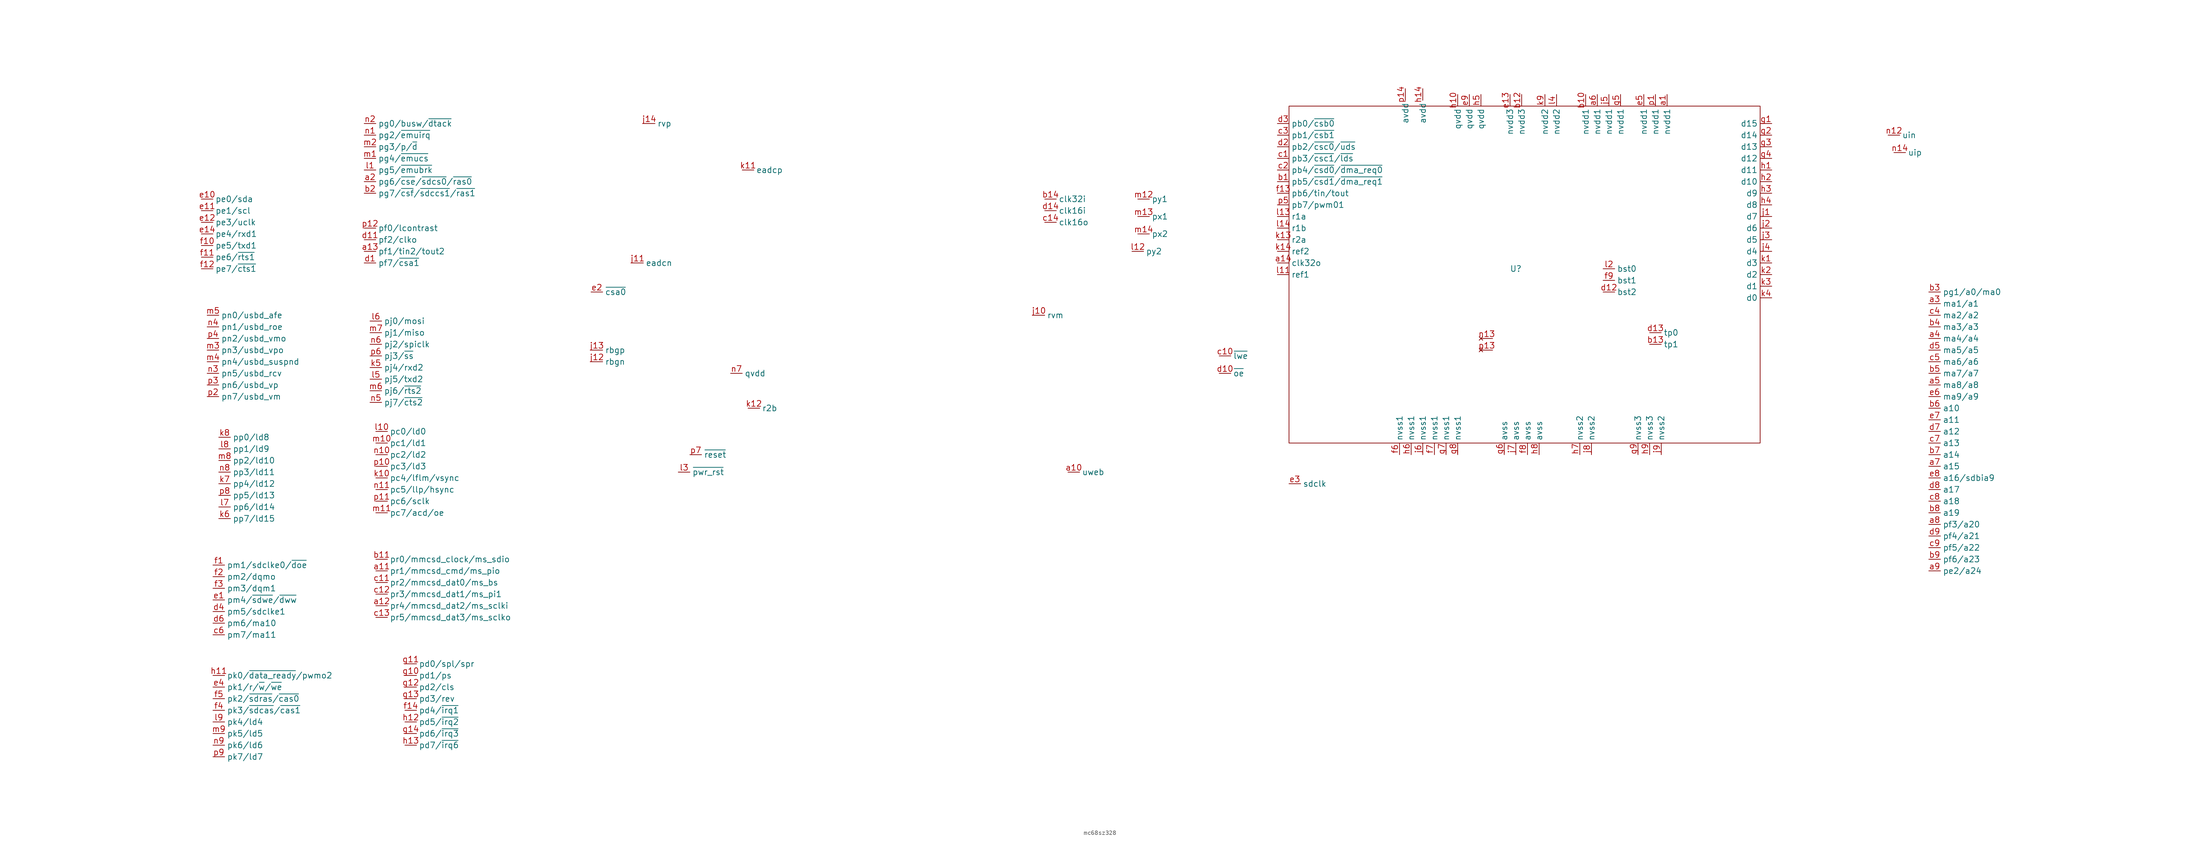
<source format=kicad_sym>
(kicad_symbol_lib
  (version 20220914)
  (generator kicad_symbol_editor)
  (symbol "mc68sz328"
    (property "Reference" "U"
      (at 0 0 0)
      (effects (font (size 1.27 1.27))))
    (property "Value" ""
      (at 25.4 33.02 90)
      (effects (font (size 1.27 1.27))))
    (symbol "mc68sz328_0_1"
      (rectangle (start -49.53 35.56) (end 53.34 -38.1) (stroke (width 0) (type default)) (fill (type none))))
    (symbol "mc68sz328_1_0"
      (pin bidirectional line (at -97.79 -44.45 0) (length 2.54) (name "uweb" (effects (font (size 1.27 1.27)))) (number "a10" (effects (font (size 1.27 1.27)))))
      (pin bidirectional line (at -248.92 -66.04 0) (length 2.54) (name "pr1/mmcsd_cmd/ms_pio" (effects (font (size 1.27 1.27)))) (number "a11" (effects (font (size 1.27 1.27)))))
      (pin bidirectional line (at -248.92 -73.66 0) (length 2.54) (name "pr4/mmcsd_dat2/ms_sclki" (effects (font (size 1.27 1.27)))) (number "a12" (effects (font (size 1.27 1.27)))))
      (pin bidirectional line (at -251.46 3.81 0) (length 2.54) (name "pf1/tin2/tout2" (effects (font (size 1.27 1.27)))) (number "a13" (effects (font (size 1.27 1.27)))))
      (pin bidirectional line (at -52.07 1.27 0) (length 2.54) (name "clk32o" (effects (font (size 1.27 1.27)))) (number "a14" (effects (font (size 1.27 1.27)))))
      (pin bidirectional line (at -248.92 -63.5 0) (length 2.54) (name "pr0/mmcsd_clock/ms_sdio" (effects (font (size 1.27 1.27)))) (number "b11" (effects (font (size 1.27 1.27)))))
      (pin bidirectional line (at -102.87 15.24 0) (length 2.54) (name "clk32i" (effects (font (size 1.27 1.27)))) (number "b14" (effects (font (size 1.27 1.27)))))
      (pin bidirectional line (at -251.46 16.51 0) (length 2.54) (name "pg7/~{csf}/~{sdccs1}/~{ras1}" (effects (font (size 1.27 1.27)))) (number "b2" (effects (font (size 1.27 1.27)))))
      (pin bidirectional line (at -64.77 -19.05 0) (length 2.54) (name "~{lwe}" (effects (font (size 1.27 1.27)))) (number "c10" (effects (font (size 1.27 1.27)))))
      (pin bidirectional line (at -248.92 -68.58 0) (length 2.54) (name "pr2/mmcsd_dat0/ms_bs" (effects (font (size 1.27 1.27)))) (number "c11" (effects (font (size 1.27 1.27)))))
      (pin bidirectional line (at -248.92 -71.12 0) (length 2.54) (name "pr3/mmcsd_dat1/ms_pi1" (effects (font (size 1.27 1.27)))) (number "c12" (effects (font (size 1.27 1.27)))))
      (pin bidirectional line (at -248.92 -76.2 0) (length 2.54) (name "pr5/mmcsd_dat3/ms_sclko" (effects (font (size 1.27 1.27)))) (number "c13" (effects (font (size 1.27 1.27)))))
      (pin bidirectional line (at -102.87 10.16 0) (length 2.54) (name "clk16o" (effects (font (size 1.27 1.27)))) (number "c14" (effects (font (size 1.27 1.27)))))
      (pin output line (at -284.48 -80.01 0) (length 2.54) (name "pm7/ma11" (effects (font (size 1.27 1.27)))) (number "c6" (effects (font (size 1.27 1.27)))))
      (pin bidirectional line (at -251.46 1.27 0) (length 2.54) (name "pf7/~{csa1}" (effects (font (size 1.27 1.27)))) (number "d1" (effects (font (size 1.27 1.27)))))
      (pin output line (at -64.77 -22.86 0) (length 2.54) (name "~{oe}" (effects (font (size 1.27 1.27)))) (number "d10" (effects (font (size 1.27 1.27)))))
      (pin output line (at -251.46 6.35 0) (length 2.54) (name "pf2/clko" (effects (font (size 1.27 1.27)))) (number "d11" (effects (font (size 1.27 1.27)))))
      (pin input line (at -102.87 12.7 0) (length 2.54) (name "clk16i" (effects (font (size 1.27 1.27)))) (number "d14" (effects (font (size 1.27 1.27)))))
      (pin output line (at -284.48 -74.93 0) (length 2.54) (name "pm5/sdclke1" (effects (font (size 1.27 1.27)))) (number "d4" (effects (font (size 1.27 1.27)))))
      (pin output line (at -284.48 -77.47 0) (length 2.54) (name "pm6/ma10" (effects (font (size 1.27 1.27)))) (number "d6" (effects (font (size 1.27 1.27)))))
      (pin bidirectional line (at -284.48 -72.39 0) (length 2.54) (name "pm4/~{sdwe}/~{dww}" (effects (font (size 1.27 1.27)))) (number "e1" (effects (font (size 1.27 1.27)))))
      (pin bidirectional line (at -287.02 15.24 0) (length 2.54) (name "pe0/sda" (effects (font (size 1.27 1.27)))) (number "e10" (effects (font (size 1.27 1.27)))))
      (pin bidirectional line (at -287.02 12.7 0) (length 2.54) (name "pe1/scl" (effects (font (size 1.27 1.27)))) (number "e11" (effects (font (size 1.27 1.27)))))
      (pin bidirectional line (at -287.02 10.16 0) (length 2.54) (name "pe3/uclk" (effects (font (size 1.27 1.27)))) (number "e12" (effects (font (size 1.27 1.27)))))
      (pin bidirectional line (at -287.02 7.62 0) (length 2.54) (name "pe4/rxd1" (effects (font (size 1.27 1.27)))) (number "e14" (effects (font (size 1.27 1.27)))))
      (pin bidirectional line (at -201.93 -5.08 0) (length 2.54) (name "~{csa0}" (effects (font (size 1.27 1.27)))) (number "e2" (effects (font (size 1.27 1.27)))))
      (pin bidirectional line (at -49.53 -46.99 0) (length 2.54) (name "sdclk" (effects (font (size 1.27 1.27)))) (number "e3" (effects (font (size 1.27 1.27)))))
      (pin bidirectional line (at -284.48 -91.44 0) (length 2.54) (name "pk1/r/~{w}/~{we}" (effects (font (size 1.27 1.27)))) (number "e4" (effects (font (size 1.27 1.27)))))
      (pin bidirectional line (at -284.48 -64.77 0) (length 2.54) (name "pm1/sdclke0/~{doe}" (effects (font (size 1.27 1.27)))) (number "f1" (effects (font (size 1.27 1.27)))))
      (pin bidirectional line (at -287.02 5.08 0) (length 2.54) (name "pe5/txd1" (effects (font (size 1.27 1.27)))) (number "f10" (effects (font (size 1.27 1.27)))))
      (pin bidirectional line (at -287.02 2.54 0) (length 2.54) (name "pe6/~{rts1}" (effects (font (size 1.27 1.27)))) (number "f11" (effects (font (size 1.27 1.27)))))
      (pin bidirectional line (at -287.02 0 0) (length 2.54) (name "pe7/~{cts1}" (effects (font (size 1.27 1.27)))) (number "f12" (effects (font (size 1.27 1.27)))))
      (pin bidirectional line (at -284.48 -67.31 0) (length 2.54) (name "pm2/dqmo" (effects (font (size 1.27 1.27)))) (number "f2" (effects (font (size 1.27 1.27)))))
      (pin bidirectional line (at -284.48 -69.85 0) (length 2.54) (name "pm3/dqm1" (effects (font (size 1.27 1.27)))) (number "f3" (effects (font (size 1.27 1.27)))))
      (pin bidirectional line (at -284.48 -96.52 0) (length 2.54) (name "pk3/~{sdcas}/~{cas1}" (effects (font (size 1.27 1.27)))) (number "f4" (effects (font (size 1.27 1.27)))))
      (pin bidirectional line (at -284.48 -93.98 0) (length 2.54) (name "pk2/~{sdras}/~{cas0}" (effects (font (size 1.27 1.27)))) (number "f5" (effects (font (size 1.27 1.27)))))
      (pin bidirectional line (at -284.48 -88.9 0) (length 2.54) (name "pk0/~{data_ready}/pwmo2" (effects (font (size 1.27 1.27)))) (number "h11" (effects (font (size 1.27 1.27)))))
      (pin bidirectional line (at -105.41 -10.16 0) (length 2.54) (name "rvm" (effects (font (size 1.27 1.27)))) (number "j10" (effects (font (size 1.27 1.27)))))
      (pin bidirectional line (at -193.04 1.27 0) (length 2.54) (name "eadcn" (effects (font (size 1.27 1.27)))) (number "j11" (effects (font (size 1.27 1.27)))))
      (pin bidirectional line (at -201.93 -20.32 0) (length 2.54) (name "rbgn" (effects (font (size 1.27 1.27)))) (number "j12" (effects (font (size 1.27 1.27)))))
      (pin bidirectional line (at -201.93 -17.78 0) (length 2.54) (name "rbgp" (effects (font (size 1.27 1.27)))) (number "j13" (effects (font (size 1.27 1.27)))))
      (pin bidirectional line (at -190.5 31.75 0) (length 2.54) (name "rvp" (effects (font (size 1.27 1.27)))) (number "j14" (effects (font (size 1.27 1.27)))))
      (pin bidirectional line (at -168.91 21.59 0) (length 2.54) (name "eadcp" (effects (font (size 1.27 1.27)))) (number "k11" (effects (font (size 1.27 1.27)))))
      (pin bidirectional line (at -167.64 -30.48 0) (length 2.54) (name "r2b" (effects (font (size 1.27 1.27)))) (number "k12" (effects (font (size 1.27 1.27)))))
      (pin bidirectional line (at -52.07 6.35 0) (length 2.54) (name "r2a" (effects (font (size 1.27 1.27)))) (number "k13" (effects (font (size 1.27 1.27)))))
      (pin bidirectional line (at -52.07 3.81 0) (length 2.54) (name "ref2" (effects (font (size 1.27 1.27)))) (number "k14" (effects (font (size 1.27 1.27)))))
      (pin bidirectional line (at -250.19 -21.59 0) (length 2.54) (name "pj4/rxd2" (effects (font (size 1.27 1.27)))) (number "k5" (effects (font (size 1.27 1.27)))))
      (pin bidirectional line (at -283.21 -54.61 0) (length 2.54) (name "pp7/ld15" (effects (font (size 1.27 1.27)))) (number "k6" (effects (font (size 1.27 1.27)))))
      (pin bidirectional line (at -283.21 -46.99 0) (length 2.54) (name "pp4/ld12" (effects (font (size 1.27 1.27)))) (number "k7" (effects (font (size 1.27 1.27)))))
      (pin bidirectional line (at -283.21 -36.83 0) (length 2.54) (name "pp0/ld8" (effects (font (size 1.27 1.27)))) (number "k8" (effects (font (size 1.27 1.27)))))
      (pin bidirectional line (at -251.46 21.59 0) (length 2.54) (name "pg5/~{emubrk}" (effects (font (size 1.27 1.27)))) (number "l1" (effects (font (size 1.27 1.27)))))
      (pin bidirectional line (at -52.07 -1.27 0) (length 2.54) (name "ref1" (effects (font (size 1.27 1.27)))) (number "l11" (effects (font (size 1.27 1.27)))))
      (pin bidirectional line (at -52.07 11.43 0) (length 2.54) (name "r1a" (effects (font (size 1.27 1.27)))) (number "l13" (effects (font (size 1.27 1.27)))))
      (pin bidirectional line (at -52.07 8.89 0) (length 2.54) (name "r1b" (effects (font (size 1.27 1.27)))) (number "l14" (effects (font (size 1.27 1.27)))))
      (pin bidirectional line (at -182.88 -44.45 0) (length 2.54) (name "~{pwr_rst}" (effects (font (size 1.27 1.27)))) (number "l3" (effects (font (size 1.27 1.27)))))
      (pin bidirectional line (at -250.19 -24.13 0) (length 2.54) (name "pj5/txd2" (effects (font (size 1.27 1.27)))) (number "l5" (effects (font (size 1.27 1.27)))))
      (pin bidirectional line (at -250.19 -11.43 0) (length 2.54) (name "pj0/mosi" (effects (font (size 1.27 1.27)))) (number "l6" (effects (font (size 1.27 1.27)))))
      (pin bidirectional line (at -283.21 -52.07 0) (length 2.54) (name "pp6/ld14" (effects (font (size 1.27 1.27)))) (number "l7" (effects (font (size 1.27 1.27)))))
      (pin bidirectional line (at -283.21 -39.37 0) (length 2.54) (name "pp1/ld9" (effects (font (size 1.27 1.27)))) (number "l8" (effects (font (size 1.27 1.27)))))
      (pin bidirectional line (at -284.48 -99.06 0) (length 2.54) (name "pk4/ld4" (effects (font (size 1.27 1.27)))) (number "l9" (effects (font (size 1.27 1.27)))))
      (pin bidirectional line (at -251.46 24.13 0) (length 2.54) (name "pg4/~{emucs}" (effects (font (size 1.27 1.27)))) (number "m1" (effects (font (size 1.27 1.27)))))
      (pin input line (at -82.55 15.24 0) (length 2.54) (name "py1" (effects (font (size 1.27 1.27)))) (number "m12" (effects (font (size 1.27 1.27)))))
      (pin input line (at -82.55 11.43 0) (length 2.54) (name "px1" (effects (font (size 1.27 1.27)))) (number "m13" (effects (font (size 1.27 1.27)))))
      (pin input line (at -82.55 7.62 0) (length 2.54) (name "px2" (effects (font (size 1.27 1.27)))) (number "m14" (effects (font (size 1.27 1.27)))))
      (pin bidirectional line (at -251.46 26.67 0) (length 2.54) (name "pg3/p/~{d}" (effects (font (size 1.27 1.27)))) (number "m2" (effects (font (size 1.27 1.27)))))
      (pin bidirectional line (at -285.75 -17.78 0) (length 2.54) (name "pn3/usbd_vpo" (effects (font (size 1.27 1.27)))) (number "m3" (effects (font (size 1.27 1.27)))))
      (pin bidirectional line (at -285.75 -20.32 0) (length 2.54) (name "pn4/usbd_suspnd" (effects (font (size 1.27 1.27)))) (number "m4" (effects (font (size 1.27 1.27)))))
      (pin bidirectional line (at -285.75 -10.16 0) (length 2.54) (name "pn0/usbd_afe" (effects (font (size 1.27 1.27)))) (number "m5" (effects (font (size 1.27 1.27)))))
      (pin bidirectional line (at -250.19 -26.67 0) (length 2.54) (name "pj6/~{rts2}" (effects (font (size 1.27 1.27)))) (number "m6" (effects (font (size 1.27 1.27)))))
      (pin bidirectional line (at -250.19 -13.97 0) (length 2.54) (name "pj1/miso" (effects (font (size 1.27 1.27)))) (number "m7" (effects (font (size 1.27 1.27)))))
      (pin bidirectional line (at -283.21 -41.91 0) (length 2.54) (name "pp2/ld10" (effects (font (size 1.27 1.27)))) (number "m8" (effects (font (size 1.27 1.27)))))
      (pin bidirectional line (at -284.48 -101.6 0) (length 2.54) (name "pk5/ld5" (effects (font (size 1.27 1.27)))) (number "m9" (effects (font (size 1.27 1.27)))))
      (pin bidirectional line (at -251.46 29.21 0) (length 2.54) (name "pg2/~{emuirq}" (effects (font (size 1.27 1.27)))) (number "n1" (effects (font (size 1.27 1.27)))))
      (pin bidirectional line (at 81.28 29.21 0) (length 2.54) (name "uin" (effects (font (size 1.27 1.27)))) (number "n12" (effects (font (size 1.27 1.27)))))
      (pin bidirectional line (at 82.55 25.4 0) (length 2.54) (name "uip" (effects (font (size 1.27 1.27)))) (number "n14" (effects (font (size 1.27 1.27)))))
      (pin bidirectional line (at -251.46 31.75 0) (length 2.54) (name "pg0/busw/~{dtack}" (effects (font (size 1.27 1.27)))) (number "n2" (effects (font (size 1.27 1.27)))))
      (pin bidirectional line (at -285.75 -22.86 0) (length 2.54) (name "pn5/usbd_rcv" (effects (font (size 1.27 1.27)))) (number "n3" (effects (font (size 1.27 1.27)))))
      (pin bidirectional line (at -285.75 -12.7 0) (length 2.54) (name "pn1/usbd_roe" (effects (font (size 1.27 1.27)))) (number "n4" (effects (font (size 1.27 1.27)))))
      (pin bidirectional line (at -250.19 -29.21 0) (length 2.54) (name "pj7/~{cts2}" (effects (font (size 1.27 1.27)))) (number "n5" (effects (font (size 1.27 1.27)))))
      (pin bidirectional line (at -250.19 -16.51 0) (length 2.54) (name "pj2/spiclk" (effects (font (size 1.27 1.27)))) (number "n6" (effects (font (size 1.27 1.27)))))
      (pin power_in line (at -171.45 -22.86 0) (length 2.54) (name "qvdd" (effects (font (size 1.27 1.27)))) (number "n7" (effects (font (size 1.27 1.27)))))
      (pin bidirectional line (at -283.21 -44.45 0) (length 2.54) (name "pp3/ld11" (effects (font (size 1.27 1.27)))) (number "n8" (effects (font (size 1.27 1.27)))))
      (pin bidirectional line (at -284.48 -104.14 0) (length 2.54) (name "pk6/ld6" (effects (font (size 1.27 1.27)))) (number "n9" (effects (font (size 1.27 1.27)))))
      (pin bidirectional line (at -251.46 8.89 0) (length 2.54) (name "pf0/lcontrast" (effects (font (size 1.27 1.27)))) (number "p12" (effects (font (size 1.27 1.27)))))
      (pin bidirectional line (at -285.75 -27.94 0) (length 2.54) (name "pn7/usbd_vm" (effects (font (size 1.27 1.27)))) (number "p2" (effects (font (size 1.27 1.27)))))
      (pin bidirectional line (at -285.75 -25.4 0) (length 2.54) (name "pn6/usbd_vp" (effects (font (size 1.27 1.27)))) (number "p3" (effects (font (size 1.27 1.27)))))
      (pin bidirectional line (at -285.75 -15.24 0) (length 2.54) (name "pn2/usbd_vmo" (effects (font (size 1.27 1.27)))) (number "p4" (effects (font (size 1.27 1.27)))))
      (pin bidirectional line (at -250.19 -19.05 0) (length 2.54) (name "pj3/~{ss}" (effects (font (size 1.27 1.27)))) (number "p6" (effects (font (size 1.27 1.27)))))
      (pin bidirectional line (at -180.34 -40.64 0) (length 2.54) (name "~{reset}" (effects (font (size 1.27 1.27)))) (number "p7" (effects (font (size 1.27 1.27)))))
      (pin bidirectional line (at -283.21 -49.53 0) (length 2.54) (name "pp5/ld13" (effects (font (size 1.27 1.27)))) (number "p8" (effects (font (size 1.27 1.27)))))
      (pin bidirectional line (at -284.48 -106.68 0) (length 2.54) (name "pk7/ld7" (effects (font (size 1.27 1.27)))) (number "p9" (effects (font (size 1.27 1.27))))))
    (symbol "mc68sz328_1_1"
      (pin power_in line (at 33.02 38.1 270) (length 2.54) (name "nvdd1" (effects (font (size 1.27 1.27)))) (number "a1" (effects (font (size 1.27 1.27)))))
      (pin bidirectional line (at -251.46 19.05 0) (length 2.54) (name "pg6/~{cse}/~{sdcs0}/~{ras0}" (effects (font (size 1.27 1.27)))) (number "a2" (effects (font (size 1.27 1.27)))))
      (pin output line (at 90.17 -7.62 0) (length 2.54) (name "ma1/a1" (effects (font (size 1.27 1.27)))) (number "a3" (effects (font (size 1.27 1.27)))))
      (pin output line (at 90.17 -15.24 0) (length 2.54) (name "ma4/a4" (effects (font (size 1.27 1.27)))) (number "a4" (effects (font (size 1.27 1.27)))))
      (pin output line (at 90.17 -25.4 0) (length 2.54) (name "ma8/a8" (effects (font (size 1.27 1.27)))) (number "a5" (effects (font (size 1.27 1.27)))))
      (pin power_in line (at 17.78 38.1 270) (length 2.54) (name "nvdd1" (effects (font (size 1.27 1.27)))) (number "a6" (effects (font (size 1.27 1.27)))))
      (pin output line (at 90.17 -43.18 0) (length 2.54) (name "a15" (effects (font (size 1.27 1.27)))) (number "a7" (effects (font (size 1.27 1.27)))))
      (pin bidirectional line (at 90.17 -55.88 0) (length 2.54) (name "pf3/a20" (effects (font (size 1.27 1.27)))) (number "a8" (effects (font (size 1.27 1.27)))))
      (pin bidirectional line (at 90.17 -66.04 0) (length 2.54) (name "pe2/a24" (effects (font (size 1.27 1.27)))) (number "a9" (effects (font (size 1.27 1.27)))))
      (pin bidirectional line (at -52.07 19.05 0) (length 2.54) (name "pb5/~{csd1}/~{dma_req1}" (effects (font (size 1.27 1.27)))) (number "b1" (effects (font (size 1.27 1.27)))))
      (pin power_in line (at 15.24 38.1 270) (length 2.54) (name "nvdd1" (effects (font (size 1.27 1.27)))) (number "b10" (effects (font (size 1.27 1.27)))))
      (pin power_in line (at 1.27 38.1 270) (length 2.54) (name "nvdd3" (effects (font (size 1.27 1.27)))) (number "b12" (effects (font (size 1.27 1.27)))))
      (pin input line (at 29.21 -16.51 0) (length 2.54) (name "tp1" (effects (font (size 1.27 1.27)))) (number "b13" (effects (font (size 1.27 1.27)))))
      (pin bidirectional line (at 90.17 -5.08 0) (length 2.54) (name "pg1/a0/ma0" (effects (font (size 1.27 1.27)))) (number "b3" (effects (font (size 1.27 1.27)))))
      (pin output line (at 90.17 -12.7 0) (length 2.54) (name "ma3/a3" (effects (font (size 1.27 1.27)))) (number "b4" (effects (font (size 1.27 1.27)))))
      (pin output line (at 90.17 -22.86 0) (length 2.54) (name "ma7/a7" (effects (font (size 1.27 1.27)))) (number "b5" (effects (font (size 1.27 1.27)))))
      (pin output line (at 90.17 -30.48 0) (length 2.54) (name "a10" (effects (font (size 1.27 1.27)))) (number "b6" (effects (font (size 1.27 1.27)))))
      (pin output line (at 90.17 -40.64 0) (length 2.54) (name "a14" (effects (font (size 1.27 1.27)))) (number "b7" (effects (font (size 1.27 1.27)))))
      (pin output line (at 90.17 -53.34 0) (length 2.54) (name "a19" (effects (font (size 1.27 1.27)))) (number "b8" (effects (font (size 1.27 1.27)))))
      (pin bidirectional line (at 90.17 -63.5 0) (length 2.54) (name "pf6/a23" (effects (font (size 1.27 1.27)))) (number "b9" (effects (font (size 1.27 1.27)))))
      (pin bidirectional line (at -52.07 24.13 0) (length 2.54) (name "pb3/~{csc1}/~{lds}" (effects (font (size 1.27 1.27)))) (number "c1" (effects (font (size 1.27 1.27)))))
      (pin bidirectional line (at -52.07 21.59 0) (length 2.54) (name "pb4/~{csd0}/~{dma_req0}" (effects (font (size 1.27 1.27)))) (number "c2" (effects (font (size 1.27 1.27)))))
      (pin bidirectional line (at -52.07 29.21 0) (length 2.54) (name "pb1/~{csb1}" (effects (font (size 1.27 1.27)))) (number "c3" (effects (font (size 1.27 1.27)))))
      (pin output line (at 90.17 -10.16 0) (length 2.54) (name "ma2/a2" (effects (font (size 1.27 1.27)))) (number "c4" (effects (font (size 1.27 1.27)))))
      (pin output line (at 90.17 -20.32 0) (length 2.54) (name "ma6/a6" (effects (font (size 1.27 1.27)))) (number "c5" (effects (font (size 1.27 1.27)))))
      (pin output line (at 90.17 -38.1 0) (length 2.54) (name "a13" (effects (font (size 1.27 1.27)))) (number "c7" (effects (font (size 1.27 1.27)))))
      (pin output line (at 90.17 -50.8 0) (length 2.54) (name "a18" (effects (font (size 1.27 1.27)))) (number "c8" (effects (font (size 1.27 1.27)))))
      (pin bidirectional line (at 90.17 -60.96 0) (length 2.54) (name "pf5/a22" (effects (font (size 1.27 1.27)))) (number "c9" (effects (font (size 1.27 1.27)))))
      (pin input line (at 19.05 -5.08 0) (length 2.54) (name "bst2" (effects (font (size 1.27 1.27)))) (number "d12" (effects (font (size 1.27 1.27)))))
      (pin input line (at 29.21 -13.97 0) (length 2.54) (name "tp0" (effects (font (size 1.27 1.27)))) (number "d13" (effects (font (size 1.27 1.27)))))
      (pin bidirectional line (at -52.07 26.67 0) (length 2.54) (name "pb2/~{csc0}/~{uds}" (effects (font (size 1.27 1.27)))) (number "d2" (effects (font (size 1.27 1.27)))))
      (pin bidirectional line (at -52.07 31.75 0) (length 2.54) (name "pb0/~{csb0}" (effects (font (size 1.27 1.27)))) (number "d3" (effects (font (size 1.27 1.27)))))
      (pin output line (at 90.17 -17.78 0) (length 2.54) (name "ma5/a5" (effects (font (size 1.27 1.27)))) (number "d5" (effects (font (size 1.27 1.27)))))
      (pin output line (at 90.17 -35.56 0) (length 2.54) (name "a12" (effects (font (size 1.27 1.27)))) (number "d7" (effects (font (size 1.27 1.27)))))
      (pin output line (at 90.17 -48.26 0) (length 2.54) (name "a17" (effects (font (size 1.27 1.27)))) (number "d8" (effects (font (size 1.27 1.27)))))
      (pin bidirectional line (at 90.17 -58.42 0) (length 2.54) (name "pf4/a21" (effects (font (size 1.27 1.27)))) (number "d9" (effects (font (size 1.27 1.27)))))
      (pin power_in line (at -1.27 38.1 270) (length 2.54) (name "nvdd3" (effects (font (size 1.27 1.27)))) (number "e13" (effects (font (size 1.27 1.27)))))
      (pin power_in line (at 27.94 38.1 270) (length 2.54) (name "nvdd1" (effects (font (size 1.27 1.27)))) (number "e5" (effects (font (size 1.27 1.27)))))
      (pin output line (at 90.17 -27.94 0) (length 2.54) (name "ma9/a9" (effects (font (size 1.27 1.27)))) (number "e6" (effects (font (size 1.27 1.27)))))
      (pin output line (at 90.17 -33.02 0) (length 2.54) (name "a11" (effects (font (size 1.27 1.27)))) (number "e7" (effects (font (size 1.27 1.27)))))
      (pin bidirectional line (at 90.17 -45.72 0) (length 2.54) (name "a16/sdbia9" (effects (font (size 1.27 1.27)))) (number "e8" (effects (font (size 1.27 1.27)))))
      (pin power_in line (at -10.16 38.1 270) (length 2.54) (name "qvdd" (effects (font (size 1.27 1.27)))) (number "e9" (effects (font (size 1.27 1.27)))))
      (pin bidirectional line (at -52.07 16.51 0) (length 2.54) (name "pb6/tin/tout" (effects (font (size 1.27 1.27)))) (number "f13" (effects (font (size 1.27 1.27)))))
      (pin bidirectional line (at -242.57 -96.52 0) (length 2.54) (name "pd4/~{irq1}" (effects (font (size 1.27 1.27)))) (number "f14" (effects (font (size 1.27 1.27)))))
      (pin power_in line (at -25.4 -40.64 90) (length 2.54) (name "nvss1" (effects (font (size 1.27 1.27)))) (number "f6" (effects (font (size 1.27 1.27)))))
      (pin power_in line (at -17.78 -40.64 90) (length 2.54) (name "nvss1" (effects (font (size 1.27 1.27)))) (number "f7" (effects (font (size 1.27 1.27)))))
      (pin power_in line (at 2.54 -40.64 90) (length 2.54) (name "avss" (effects (font (size 1.27 1.27)))) (number "f8" (effects (font (size 1.27 1.27)))))
      (pin input line (at 19.05 -2.54 0) (length 2.54) (name "bst1" (effects (font (size 1.27 1.27)))) (number "f9" (effects (font (size 1.27 1.27)))))
      (pin bidirectional line (at 55.88 31.75 180) (length 2.54) (name "d15" (effects (font (size 1.27 1.27)))) (number "g1" (effects (font (size 1.27 1.27)))))
      (pin bidirectional line (at -242.57 -88.9 0) (length 2.54) (name "pd1/ps" (effects (font (size 1.27 1.27)))) (number "g10" (effects (font (size 1.27 1.27)))))
      (pin bidirectional line (at -242.57 -86.36 0) (length 2.54) (name "pd0/spl/spr" (effects (font (size 1.27 1.27)))) (number "g11" (effects (font (size 1.27 1.27)))))
      (pin bidirectional line (at -242.57 -91.44 0) (length 2.54) (name "pd2/cls" (effects (font (size 1.27 1.27)))) (number "g12" (effects (font (size 1.27 1.27)))))
      (pin bidirectional line (at -242.57 -93.98 0) (length 2.54) (name "pd3/rev" (effects (font (size 1.27 1.27)))) (number "g13" (effects (font (size 1.27 1.27)))))
      (pin bidirectional line (at -242.57 -101.6 0) (length 2.54) (name "pd6/~{irq3}" (effects (font (size 1.27 1.27)))) (number "g14" (effects (font (size 1.27 1.27)))))
      (pin bidirectional line (at 55.88 29.21 180) (length 2.54) (name "d14" (effects (font (size 1.27 1.27)))) (number "g2" (effects (font (size 1.27 1.27)))))
      (pin bidirectional line (at 55.88 26.67 180) (length 2.54) (name "d13" (effects (font (size 1.27 1.27)))) (number "g3" (effects (font (size 1.27 1.27)))))
      (pin bidirectional line (at 55.88 24.13 180) (length 2.54) (name "d12" (effects (font (size 1.27 1.27)))) (number "g4" (effects (font (size 1.27 1.27)))))
      (pin power_in line (at 22.86 38.1 270) (length 2.54) (name "nvdd1" (effects (font (size 1.27 1.27)))) (number "g5" (effects (font (size 1.27 1.27)))))
      (pin power_in line (at -2.54 -40.64 90) (length 2.54) (name "avss" (effects (font (size 1.27 1.27)))) (number "g6" (effects (font (size 1.27 1.27)))))
      (pin power_in line (at -15.24 -40.64 90) (length 2.54) (name "nvss1" (effects (font (size 1.27 1.27)))) (number "g7" (effects (font (size 1.27 1.27)))))
      (pin power_in line (at -12.7 -40.64 90) (length 2.54) (name "nvss1" (effects (font (size 1.27 1.27)))) (number "g8" (effects (font (size 1.27 1.27)))))
      (pin power_in line (at 26.67 -40.64 90) (length 2.54) (name "nvss3" (effects (font (size 1.27 1.27)))) (number "g9" (effects (font (size 1.27 1.27)))))
      (pin bidirectional line (at 55.88 21.59 180) (length 2.54) (name "d11" (effects (font (size 1.27 1.27)))) (number "h1" (effects (font (size 1.27 1.27)))))
      (pin power_in line (at -12.7 38.1 270) (length 2.54) (name "qvdd" (effects (font (size 1.27 1.27)))) (number "h10" (effects (font (size 1.27 1.27)))))
      (pin bidirectional line (at -242.57 -99.06 0) (length 2.54) (name "pd5/~{irq2}" (effects (font (size 1.27 1.27)))) (number "h12" (effects (font (size 1.27 1.27)))))
      (pin bidirectional line (at -242.57 -104.14 0) (length 2.54) (name "pd7/~{irq6}" (effects (font (size 1.27 1.27)))) (number "h13" (effects (font (size 1.27 1.27)))))
      (pin power_in line (at -20.32 39.37 270) (length 2.54) (name "avdd" (effects (font (size 1.27 1.27)))) (number "h14" (effects (font (size 1.27 1.27)))))
      (pin bidirectional line (at 55.88 19.05 180) (length 2.54) (name "d10" (effects (font (size 1.27 1.27)))) (number "h2" (effects (font (size 1.27 1.27)))))
      (pin bidirectional line (at 55.88 16.51 180) (length 2.54) (name "d9" (effects (font (size 1.27 1.27)))) (number "h3" (effects (font (size 1.27 1.27)))))
      (pin bidirectional line (at 55.88 13.97 180) (length 2.54) (name "d8" (effects (font (size 1.27 1.27)))) (number "h4" (effects (font (size 1.27 1.27)))))
      (pin power_in line (at -7.62 38.1 270) (length 2.54) (name "qvdd" (effects (font (size 1.27 1.27)))) (number "h5" (effects (font (size 1.27 1.27)))))
      (pin power_in line (at -22.86 -40.64 90) (length 2.54) (name "nvss1" (effects (font (size 1.27 1.27)))) (number "h6" (effects (font (size 1.27 1.27)))))
      (pin power_in line (at 13.97 -40.64 90) (length 2.54) (name "nvss2" (effects (font (size 1.27 1.27)))) (number "h7" (effects (font (size 1.27 1.27)))))
      (pin power_in line (at 5.08 -40.64 90) (length 2.54) (name "avss" (effects (font (size 1.27 1.27)))) (number "h8" (effects (font (size 1.27 1.27)))))
      (pin power_in line (at 29.21 -40.64 90) (length 2.54) (name "nvss3" (effects (font (size 1.27 1.27)))) (number "h9" (effects (font (size 1.27 1.27)))))
      (pin bidirectional line (at 55.88 11.43 180) (length 2.54) (name "d7" (effects (font (size 1.27 1.27)))) (number "j1" (effects (font (size 1.27 1.27)))))
      (pin bidirectional line (at 55.88 8.89 180) (length 2.54) (name "d6" (effects (font (size 1.27 1.27)))) (number "j2" (effects (font (size 1.27 1.27)))))
      (pin bidirectional line (at 55.88 6.35 180) (length 2.54) (name "d5" (effects (font (size 1.27 1.27)))) (number "j3" (effects (font (size 1.27 1.27)))))
      (pin bidirectional line (at 55.88 3.81 180) (length 2.54) (name "d4" (effects (font (size 1.27 1.27)))) (number "j4" (effects (font (size 1.27 1.27)))))
      (pin power_in line (at 20.32 38.1 270) (length 2.54) (name "nvdd1" (effects (font (size 1.27 1.27)))) (number "j5" (effects (font (size 1.27 1.27)))))
      (pin power_in line (at -20.32 -40.64 90) (length 2.54) (name "nvss1" (effects (font (size 1.27 1.27)))) (number "j6" (effects (font (size 1.27 1.27)))))
      (pin power_in line (at 0 -40.64 90) (length 2.54) (name "avss" (effects (font (size 1.27 1.27)))) (number "j7" (effects (font (size 1.27 1.27)))))
      (pin power_in line (at 16.51 -40.64 90) (length 2.54) (name "nvss2" (effects (font (size 1.27 1.27)))) (number "j8" (effects (font (size 1.27 1.27)))))
      (pin power_in line (at 31.75 -40.64 90) (length 2.54) (name "nvss2" (effects (font (size 1.27 1.27)))) (number "j9" (effects (font (size 1.27 1.27)))))
      (pin bidirectional line (at 55.88 1.27 180) (length 2.54) (name "d3" (effects (font (size 1.27 1.27)))) (number "k1" (effects (font (size 1.27 1.27)))))
      (pin bidirectional line (at -248.92 -45.72 0) (length 2.54) (name "pc4/lflm/vsync" (effects (font (size 1.27 1.27)))) (number "k10" (effects (font (size 1.27 1.27)))))
      (pin bidirectional line (at 55.88 -1.27 180) (length 2.54) (name "d2" (effects (font (size 1.27 1.27)))) (number "k2" (effects (font (size 1.27 1.27)))))
      (pin bidirectional line (at 55.88 -3.81 180) (length 2.54) (name "d1" (effects (font (size 1.27 1.27)))) (number "k3" (effects (font (size 1.27 1.27)))))
      (pin bidirectional line (at 55.88 -6.35 180) (length 2.54) (name "d0" (effects (font (size 1.27 1.27)))) (number "k4" (effects (font (size 1.27 1.27)))))
      (pin power_in line (at 6.35 38.1 270) (length 2.54) (name "nvdd2" (effects (font (size 1.27 1.27)))) (number "k9" (effects (font (size 1.27 1.27)))))
      (pin bidirectional line (at -248.92 -35.56 0) (length 2.54) (name "pc0/ld0" (effects (font (size 1.27 1.27)))) (number "l10" (effects (font (size 1.27 1.27)))))
      (pin input line (at -83.82 3.81 0) (length 2.54) (name "py2" (effects (font (size 1.27 1.27)))) (number "l12" (effects (font (size 1.27 1.27)))))
      (pin input line (at 19.05 0 0) (length 2.54) (name "bst0" (effects (font (size 1.27 1.27)))) (number "l2" (effects (font (size 1.27 1.27)))))
      (pin power_in line (at 8.89 38.1 270) (length 2.54) (name "nvdd2" (effects (font (size 1.27 1.27)))) (number "l4" (effects (font (size 1.27 1.27)))))
      (pin bidirectional line (at -248.92 -38.1 0) (length 2.54) (name "pc1/ld1" (effects (font (size 1.27 1.27)))) (number "m10" (effects (font (size 1.27 1.27)))))
      (pin bidirectional line (at -248.92 -53.34 0) (length 2.54) (name "pc7/acd/oe" (effects (font (size 1.27 1.27)))) (number "m11" (effects (font (size 1.27 1.27)))))
      (pin bidirectional line (at -248.92 -40.64 0) (length 2.54) (name "pc2/ld2" (effects (font (size 1.27 1.27)))) (number "n10" (effects (font (size 1.27 1.27)))))
      (pin bidirectional line (at -248.92 -48.26 0) (length 2.54) (name "pc5/llp/hsync" (effects (font (size 1.27 1.27)))) (number "n11" (effects (font (size 1.27 1.27)))))
      (pin no_connect line (at -7.62 -15.24 0) (length 2.54) (name "" (effects (font (size 1.27 1.27)))) (number "n13" (effects (font (size 1.27 1.27)))))
      (pin power_in line (at 30.48 38.1 270) (length 2.54) (name "nvdd1" (effects (font (size 1.27 1.27)))) (number "p1" (effects (font (size 1.27 1.27)))))
      (pin bidirectional line (at -248.92 -43.18 0) (length 2.54) (name "pc3/ld3" (effects (font (size 1.27 1.27)))) (number "p10" (effects (font (size 1.27 1.27)))))
      (pin bidirectional line (at -248.92 -50.8 0) (length 2.54) (name "pc6/sclk" (effects (font (size 1.27 1.27)))) (number "p11" (effects (font (size 1.27 1.27)))))
      (pin no_connect line (at -7.62 -17.78 0) (length 2.54) (name "" (effects (font (size 1.27 1.27)))) (number "p13" (effects (font (size 1.27 1.27)))))
      (pin power_in line (at -24.13 39.37 270) (length 2.54) (name "avdd" (effects (font (size 1.27 1.27)))) (number "p14" (effects (font (size 1.27 1.27)))))
      (pin bidirectional line (at -52.07 13.97 0) (length 2.54) (name "pb7/pwm01" (effects (font (size 1.27 1.27)))) (number "p5" (effects (font (size 1.27 1.27))))))))
</source>
